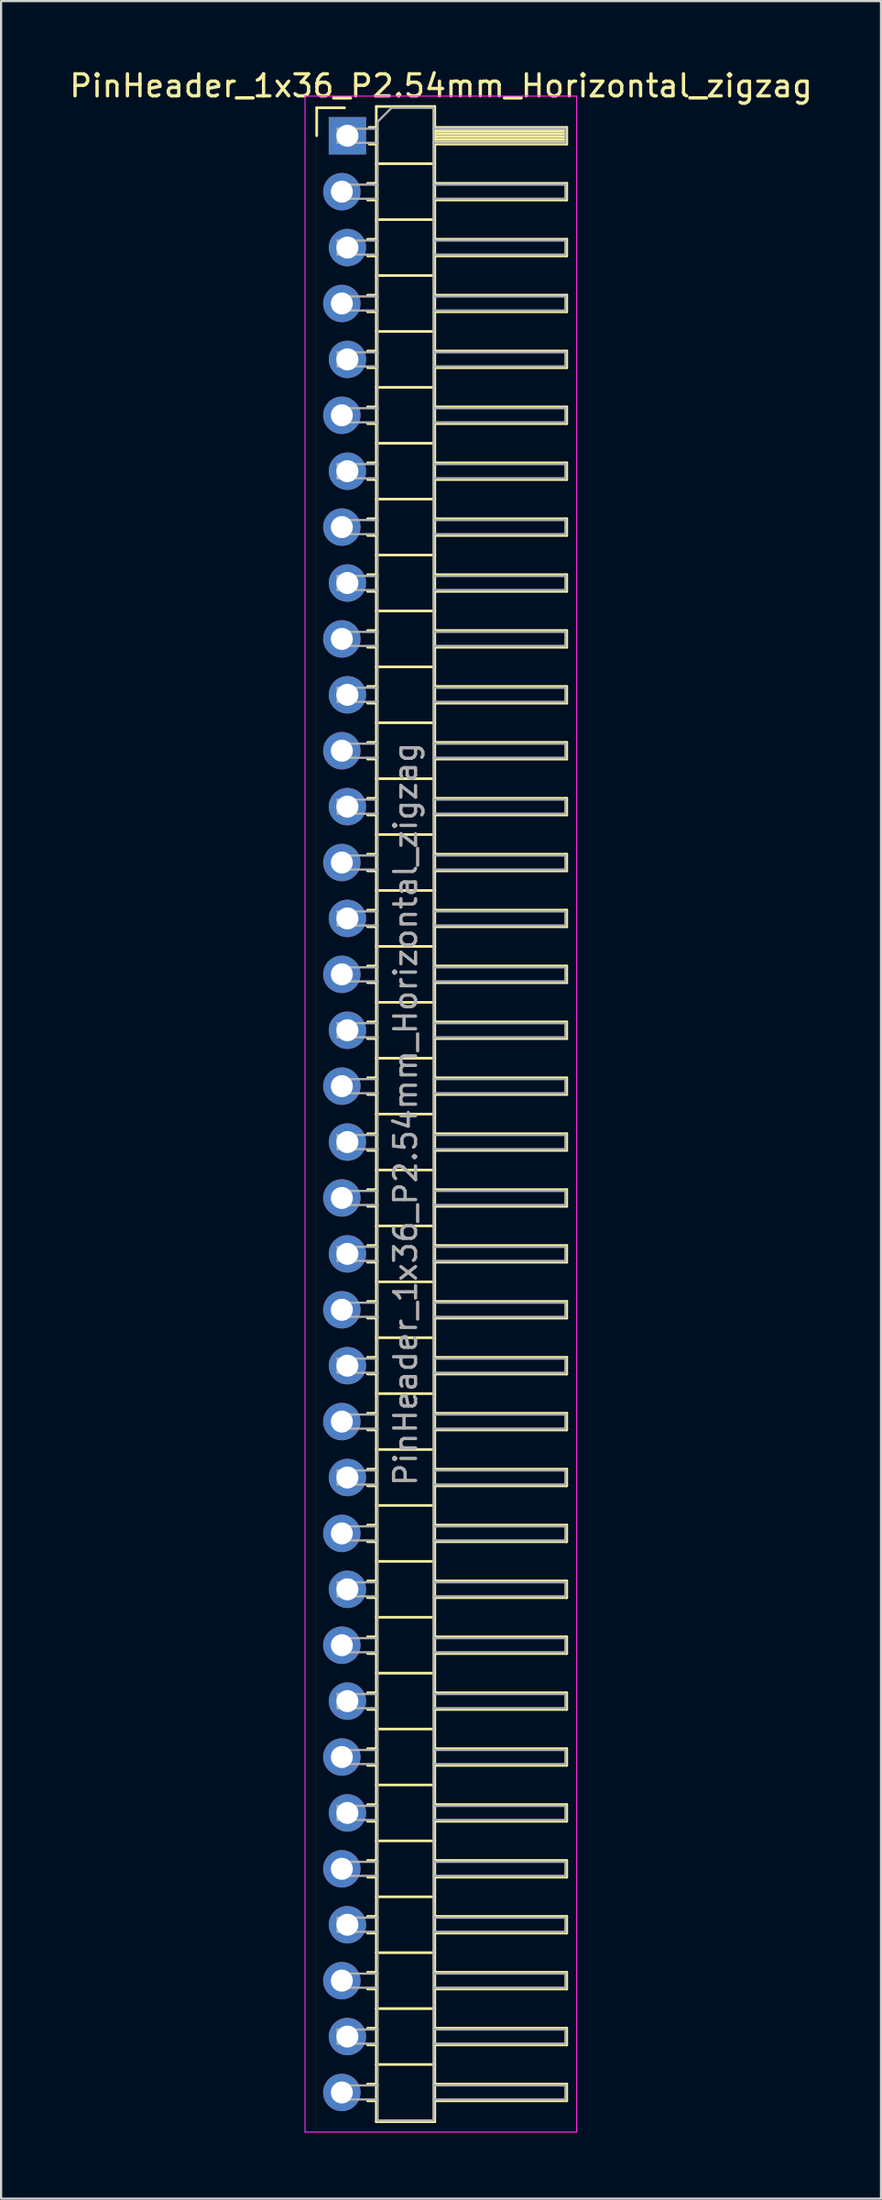
<source format=kicad_pcb>
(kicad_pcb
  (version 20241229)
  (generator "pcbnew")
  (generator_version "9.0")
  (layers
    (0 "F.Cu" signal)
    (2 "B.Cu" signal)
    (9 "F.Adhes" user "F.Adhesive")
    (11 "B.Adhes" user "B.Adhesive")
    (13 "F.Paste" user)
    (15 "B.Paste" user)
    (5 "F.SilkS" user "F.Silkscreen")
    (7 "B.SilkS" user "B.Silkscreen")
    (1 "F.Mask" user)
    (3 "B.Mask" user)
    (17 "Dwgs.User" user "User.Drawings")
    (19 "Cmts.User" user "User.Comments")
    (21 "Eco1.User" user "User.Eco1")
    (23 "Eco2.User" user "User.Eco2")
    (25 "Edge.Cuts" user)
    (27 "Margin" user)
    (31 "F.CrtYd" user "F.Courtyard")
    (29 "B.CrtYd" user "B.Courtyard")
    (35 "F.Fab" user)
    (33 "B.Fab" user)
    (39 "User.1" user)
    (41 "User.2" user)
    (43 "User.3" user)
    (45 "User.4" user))
  (footprint "PinHeader_1x36_P2.54mm_Horizontal_zigzag"
    (layer "F.Cu")
    (at 12.621 3.118)
    (property "Reference" "PinHeader_1x36_P2.54mm_Horizontal_zigzag" (at 4.385 -2.27 0) (layer "F.SilkS") (effects (font (size 1 1) (thickness 0.15))))
    (attr through_hole)
    (fp_line (start -1.27 -1.27) (end 0 -1.27) (stroke (width 0.12) (type solid)) (layer "F.SilkS"))
    (fp_line (start -1.27 0) (end -1.27 -1.27) (stroke (width 0.12) (type solid)) (layer "F.SilkS"))
    (fp_line (start 1.043 2.16) (end 1.44 2.16) (stroke (width 0.12) (type solid)) (layer "F.SilkS"))
    (fp_line (start 1.043 2.92) (end 1.44 2.92) (stroke (width 0.12) (type solid)) (layer "F.SilkS"))
    (fp_line (start 1.043 4.7) (end 1.44 4.7) (stroke (width 0.12) (type solid)) (layer "F.SilkS"))
    (fp_line (start 1.043 5.46) (end 1.44 5.46) (stroke (width 0.12) (type solid)) (layer "F.SilkS"))
    (fp_line (start 1.043 7.24) (end 1.44 7.24) (stroke (width 0.12) (type solid)) (layer "F.SilkS"))
    (fp_line (start 1.043 8) (end 1.44 8) (stroke (width 0.12) (type solid)) (layer "F.SilkS"))
    (fp_line (start 1.043 9.78) (end 1.44 9.78) (stroke (width 0.12) (type solid)) (layer "F.SilkS"))
    (fp_line (start 1.043 10.54) (end 1.44 10.54) (stroke (width 0.12) (type solid)) (layer "F.SilkS"))
    (fp_line (start 1.043 12.32) (end 1.44 12.32) (stroke (width 0.12) (type solid)) (layer "F.SilkS"))
    (fp_line (start 1.043 13.08) (end 1.44 13.08) (stroke (width 0.12) (type solid)) (layer "F.SilkS"))
    (fp_line (start 1.043 14.86) (end 1.44 14.86) (stroke (width 0.12) (type solid)) (layer "F.SilkS"))
    (fp_line (start 1.043 15.62) (end 1.44 15.62) (stroke (width 0.12) (type solid)) (layer "F.SilkS"))
    (fp_line (start 1.043 17.4) (end 1.44 17.4) (stroke (width 0.12) (type solid)) (layer "F.SilkS"))
    (fp_line (start 1.043 18.16) (end 1.44 18.16) (stroke (width 0.12) (type solid)) (layer "F.SilkS"))
    (fp_line (start 1.043 19.94) (end 1.44 19.94) (stroke (width 0.12) (type solid)) (layer "F.SilkS"))
    (fp_line (start 1.043 20.7) (end 1.44 20.7) (stroke (width 0.12) (type solid)) (layer "F.SilkS"))
    (fp_line (start 1.043 22.48) (end 1.44 22.48) (stroke (width 0.12) (type solid)) (layer "F.SilkS"))
    (fp_line (start 1.043 23.24) (end 1.44 23.24) (stroke (width 0.12) (type solid)) (layer "F.SilkS"))
    (fp_line (start 1.043 25.02) (end 1.44 25.02) (stroke (width 0.12) (type solid)) (layer "F.SilkS"))
    (fp_line (start 1.043 25.78) (end 1.44 25.78) (stroke (width 0.12) (type solid)) (layer "F.SilkS"))
    (fp_line (start 1.043 27.56) (end 1.44 27.56) (stroke (width 0.12) (type solid)) (layer "F.SilkS"))
    (fp_line (start 1.043 28.32) (end 1.44 28.32) (stroke (width 0.12) (type solid)) (layer "F.SilkS"))
    (fp_line (start 1.043 30.1) (end 1.44 30.1) (stroke (width 0.12) (type solid)) (layer "F.SilkS"))
    (fp_line (start 1.043 30.86) (end 1.44 30.86) (stroke (width 0.12) (type solid)) (layer "F.SilkS"))
    (fp_line (start 1.043 32.64) (end 1.44 32.64) (stroke (width 0.12) (type solid)) (layer "F.SilkS"))
    (fp_line (start 1.043 33.4) (end 1.44 33.4) (stroke (width 0.12) (type solid)) (layer "F.SilkS"))
    (fp_line (start 1.043 35.18) (end 1.44 35.18) (stroke (width 0.12) (type solid)) (layer "F.SilkS"))
    (fp_line (start 1.043 35.94) (end 1.44 35.94) (stroke (width 0.12) (type solid)) (layer "F.SilkS"))
    (fp_line (start 1.043 37.72) (end 1.44 37.72) (stroke (width 0.12) (type solid)) (layer "F.SilkS"))
    (fp_line (start 1.043 38.48) (end 1.44 38.48) (stroke (width 0.12) (type solid)) (layer "F.SilkS"))
    (fp_line (start 1.043 40.26) (end 1.44 40.26) (stroke (width 0.12) (type solid)) (layer "F.SilkS"))
    (fp_line (start 1.043 41.02) (end 1.44 41.02) (stroke (width 0.12) (type solid)) (layer "F.SilkS"))
    (fp_line (start 1.043 42.8) (end 1.44 42.8) (stroke (width 0.12) (type solid)) (layer "F.SilkS"))
    (fp_line (start 1.043 43.56) (end 1.44 43.56) (stroke (width 0.12) (type solid)) (layer "F.SilkS"))
    (fp_line (start 1.043 45.34) (end 1.44 45.34) (stroke (width 0.12) (type solid)) (layer "F.SilkS"))
    (fp_line (start 1.043 46.1) (end 1.44 46.1) (stroke (width 0.12) (type solid)) (layer "F.SilkS"))
    (fp_line (start 1.043 47.88) (end 1.44 47.88) (stroke (width 0.12) (type solid)) (layer "F.SilkS"))
    (fp_line (start 1.043 48.64) (end 1.44 48.64) (stroke (width 0.12) (type solid)) (layer "F.SilkS"))
    (fp_line (start 1.043 50.42) (end 1.44 50.42) (stroke (width 0.12) (type solid)) (layer "F.SilkS"))
    (fp_line (start 1.043 51.18) (end 1.44 51.18) (stroke (width 0.12) (type solid)) (layer "F.SilkS"))
    (fp_line (start 1.043 52.96) (end 1.44 52.96) (stroke (width 0.12) (type solid)) (layer "F.SilkS"))
    (fp_line (start 1.043 53.72) (end 1.44 53.72) (stroke (width 0.12) (type solid)) (layer "F.SilkS"))
    (fp_line (start 1.043 55.5) (end 1.44 55.5) (stroke (width 0.12) (type solid)) (layer "F.SilkS"))
    (fp_line (start 1.043 56.26) (end 1.44 56.26) (stroke (width 0.12) (type solid)) (layer "F.SilkS"))
    (fp_line (start 1.043 58.04) (end 1.44 58.04) (stroke (width 0.12) (type solid)) (layer "F.SilkS"))
    (fp_line (start 1.043 58.8) (end 1.44 58.8) (stroke (width 0.12) (type solid)) (layer "F.SilkS"))
    (fp_line (start 1.043 60.58) (end 1.44 60.58) (stroke (width 0.12) (type solid)) (layer "F.SilkS"))
    (fp_line (start 1.043 61.34) (end 1.44 61.34) (stroke (width 0.12) (type solid)) (layer "F.SilkS"))
    (fp_line (start 1.043 63.12) (end 1.44 63.12) (stroke (width 0.12) (type solid)) (layer "F.SilkS"))
    (fp_line (start 1.043 63.88) (end 1.44 63.88) (stroke (width 0.12) (type solid)) (layer "F.SilkS"))
    (fp_line (start 1.043 65.66) (end 1.44 65.66) (stroke (width 0.12) (type solid)) (layer "F.SilkS"))
    (fp_line (start 1.043 66.42) (end 1.44 66.42) (stroke (width 0.12) (type solid)) (layer "F.SilkS"))
    (fp_line (start 1.043 68.2) (end 1.44 68.2) (stroke (width 0.12) (type solid)) (layer "F.SilkS"))
    (fp_line (start 1.043 68.96) (end 1.44 68.96) (stroke (width 0.12) (type solid)) (layer "F.SilkS"))
    (fp_line (start 1.043 70.74) (end 1.44 70.74) (stroke (width 0.12) (type solid)) (layer "F.SilkS"))
    (fp_line (start 1.043 71.5) (end 1.44 71.5) (stroke (width 0.12) (type solid)) (layer "F.SilkS"))
    (fp_line (start 1.043 73.28) (end 1.44 73.28) (stroke (width 0.12) (type solid)) (layer "F.SilkS"))
    (fp_line (start 1.043 74.04) (end 1.44 74.04) (stroke (width 0.12) (type solid)) (layer "F.SilkS"))
    (fp_line (start 1.043 75.82) (end 1.44 75.82) (stroke (width 0.12) (type solid)) (layer "F.SilkS"))
    (fp_line (start 1.043 76.58) (end 1.44 76.58) (stroke (width 0.12) (type solid)) (layer "F.SilkS"))
    (fp_line (start 1.043 78.36) (end 1.44 78.36) (stroke (width 0.12) (type solid)) (layer "F.SilkS"))
    (fp_line (start 1.043 79.12) (end 1.44 79.12) (stroke (width 0.12) (type solid)) (layer "F.SilkS"))
    (fp_line (start 1.043 80.9) (end 1.44 80.9) (stroke (width 0.12) (type solid)) (layer "F.SilkS"))
    (fp_line (start 1.043 81.66) (end 1.44 81.66) (stroke (width 0.12) (type solid)) (layer "F.SilkS"))
    (fp_line (start 1.043 83.44) (end 1.44 83.44) (stroke (width 0.12) (type solid)) (layer "F.SilkS"))
    (fp_line (start 1.043 84.2) (end 1.44 84.2) (stroke (width 0.12) (type solid)) (layer "F.SilkS"))
    (fp_line (start 1.043 85.98) (end 1.44 85.98) (stroke (width 0.12) (type solid)) (layer "F.SilkS"))
    (fp_line (start 1.043 86.74) (end 1.44 86.74) (stroke (width 0.12) (type solid)) (layer "F.SilkS"))
    (fp_line (start 1.043 88.52) (end 1.44 88.52) (stroke (width 0.12) (type solid)) (layer "F.SilkS"))
    (fp_line (start 1.043 89.28) (end 1.44 89.28) (stroke (width 0.12) (type solid)) (layer "F.SilkS"))
    (fp_line (start 1.11 -0.38) (end 1.44 -0.38) (stroke (width 0.12) (type solid)) (layer "F.SilkS"))
    (fp_line (start 1.11 0.38) (end 1.44 0.38) (stroke (width 0.12) (type solid)) (layer "F.SilkS"))
    (fp_line (start 1.44 -1.33) (end 1.44 90.23) (stroke (width 0.12) (type solid)) (layer "F.SilkS"))
    (fp_line (start 1.44 1.27) (end 4.1 1.27) (stroke (width 0.12) (type solid)) (layer "F.SilkS"))
    (fp_line (start 1.44 3.81) (end 4.1 3.81) (stroke (width 0.12) (type solid)) (layer "F.SilkS"))
    (fp_line (start 1.44 6.35) (end 4.1 6.35) (stroke (width 0.12) (type solid)) (layer "F.SilkS"))
    (fp_line (start 1.44 8.89) (end 4.1 8.89) (stroke (width 0.12) (type solid)) (layer "F.SilkS"))
    (fp_line (start 1.44 11.43) (end 4.1 11.43) (stroke (width 0.12) (type solid)) (layer "F.SilkS"))
    (fp_line (start 1.44 13.97) (end 4.1 13.97) (stroke (width 0.12) (type solid)) (layer "F.SilkS"))
    (fp_line (start 1.44 16.51) (end 4.1 16.51) (stroke (width 0.12) (type solid)) (layer "F.SilkS"))
    (fp_line (start 1.44 19.05) (end 4.1 19.05) (stroke (width 0.12) (type solid)) (layer "F.SilkS"))
    (fp_line (start 1.44 21.59) (end 4.1 21.59) (stroke (width 0.12) (type solid)) (layer "F.SilkS"))
    (fp_line (start 1.44 24.13) (end 4.1 24.13) (stroke (width 0.12) (type solid)) (layer "F.SilkS"))
    (fp_line (start 1.44 26.67) (end 4.1 26.67) (stroke (width 0.12) (type solid)) (layer "F.SilkS"))
    (fp_line (start 1.44 29.21) (end 4.1 29.21) (stroke (width 0.12) (type solid)) (layer "F.SilkS"))
    (fp_line (start 1.44 31.75) (end 4.1 31.75) (stroke (width 0.12) (type solid)) (layer "F.SilkS"))
    (fp_line (start 1.44 34.29) (end 4.1 34.29) (stroke (width 0.12) (type solid)) (layer "F.SilkS"))
    (fp_line (start 1.44 36.83) (end 4.1 36.83) (stroke (width 0.12) (type solid)) (layer "F.SilkS"))
    (fp_line (start 1.44 39.37) (end 4.1 39.37) (stroke (width 0.12) (type solid)) (layer "F.SilkS"))
    (fp_line (start 1.44 41.91) (end 4.1 41.91) (stroke (width 0.12) (type solid)) (layer "F.SilkS"))
    (fp_line (start 1.44 44.45) (end 4.1 44.45) (stroke (width 0.12) (type solid)) (layer "F.SilkS"))
    (fp_line (start 1.44 46.99) (end 4.1 46.99) (stroke (width 0.12) (type solid)) (layer "F.SilkS"))
    (fp_line (start 1.44 49.53) (end 4.1 49.53) (stroke (width 0.12) (type solid)) (layer "F.SilkS"))
    (fp_line (start 1.44 52.07) (end 4.1 52.07) (stroke (width 0.12) (type solid)) (layer "F.SilkS"))
    (fp_line (start 1.44 54.61) (end 4.1 54.61) (stroke (width 0.12) (type solid)) (layer "F.SilkS"))
    (fp_line (start 1.44 57.15) (end 4.1 57.15) (stroke (width 0.12) (type solid)) (layer "F.SilkS"))
    (fp_line (start 1.44 59.69) (end 4.1 59.69) (stroke (width 0.12) (type solid)) (layer "F.SilkS"))
    (fp_line (start 1.44 62.23) (end 4.1 62.23) (stroke (width 0.12) (type solid)) (layer "F.SilkS"))
    (fp_line (start 1.44 64.77) (end 4.1 64.77) (stroke (width 0.12) (type solid)) (layer "F.SilkS"))
    (fp_line (start 1.44 67.31) (end 4.1 67.31) (stroke (width 0.12) (type solid)) (layer "F.SilkS"))
    (fp_line (start 1.44 69.85) (end 4.1 69.85) (stroke (width 0.12) (type solid)) (layer "F.SilkS"))
    (fp_line (start 1.44 72.39) (end 4.1 72.39) (stroke (width 0.12) (type solid)) (layer "F.SilkS"))
    (fp_line (start 1.44 74.93) (end 4.1 74.93) (stroke (width 0.12) (type solid)) (layer "F.SilkS"))
    (fp_line (start 1.44 77.47) (end 4.1 77.47) (stroke (width 0.12) (type solid)) (layer "F.SilkS"))
    (fp_line (start 1.44 80.01) (end 4.1 80.01) (stroke (width 0.12) (type solid)) (layer "F.SilkS"))
    (fp_line (start 1.44 82.55) (end 4.1 82.55) (stroke (width 0.12) (type solid)) (layer "F.SilkS"))
    (fp_line (start 1.44 85.09) (end 4.1 85.09) (stroke (width 0.12) (type solid)) (layer "F.SilkS"))
    (fp_line (start 1.44 87.63) (end 4.1 87.63) (stroke (width 0.12) (type solid)) (layer "F.SilkS"))
    (fp_line (start 1.44 90.23) (end 4.1 90.23) (stroke (width 0.12) (type solid)) (layer "F.SilkS"))
    (fp_line (start 4.1 -1.33) (end 1.44 -1.33) (stroke (width 0.12) (type solid)) (layer "F.SilkS"))
    (fp_line (start 4.1 -0.38) (end 10.1 -0.38) (stroke (width 0.12) (type solid)) (layer "F.SilkS"))
    (fp_line (start 4.1 -0.32) (end 10.1 -0.32) (stroke (width 0.12) (type solid)) (layer "F.SilkS"))
    (fp_line (start 4.1 -0.2) (end 10.1 -0.2) (stroke (width 0.12) (type solid)) (layer "F.SilkS"))
    (fp_line (start 4.1 -0.08) (end 10.1 -0.08) (stroke (width 0.12) (type solid)) (layer "F.SilkS"))
    (fp_line (start 4.1 0.04) (end 10.1 0.04) (stroke (width 0.12) (type solid)) (layer "F.SilkS"))
    (fp_line (start 4.1 0.16) (end 10.1 0.16) (stroke (width 0.12) (type solid)) (layer "F.SilkS"))
    (fp_line (start 4.1 0.28) (end 10.1 0.28) (stroke (width 0.12) (type solid)) (layer "F.SilkS"))
    (fp_line (start 4.1 2.16) (end 10.1 2.16) (stroke (width 0.12) (type solid)) (layer "F.SilkS"))
    (fp_line (start 4.1 4.7) (end 10.1 4.7) (stroke (width 0.12) (type solid)) (layer "F.SilkS"))
    (fp_line (start 4.1 7.24) (end 10.1 7.24) (stroke (width 0.12) (type solid)) (layer "F.SilkS"))
    (fp_line (start 4.1 9.78) (end 10.1 9.78) (stroke (width 0.12) (type solid)) (layer "F.SilkS"))
    (fp_line (start 4.1 12.32) (end 10.1 12.32) (stroke (width 0.12) (type solid)) (layer "F.SilkS"))
    (fp_line (start 4.1 14.86) (end 10.1 14.86) (stroke (width 0.12) (type solid)) (layer "F.SilkS"))
    (fp_line (start 4.1 17.4) (end 10.1 17.4) (stroke (width 0.12) (type solid)) (layer "F.SilkS"))
    (fp_line (start 4.1 19.94) (end 10.1 19.94) (stroke (width 0.12) (type solid)) (layer "F.SilkS"))
    (fp_line (start 4.1 22.48) (end 10.1 22.48) (stroke (width 0.12) (type solid)) (layer "F.SilkS"))
    (fp_line (start 4.1 25.02) (end 10.1 25.02) (stroke (width 0.12) (type solid)) (layer "F.SilkS"))
    (fp_line (start 4.1 27.56) (end 10.1 27.56) (stroke (width 0.12) (type solid)) (layer "F.SilkS"))
    (fp_line (start 4.1 30.1) (end 10.1 30.1) (stroke (width 0.12) (type solid)) (layer "F.SilkS"))
    (fp_line (start 4.1 32.64) (end 10.1 32.64) (stroke (width 0.12) (type solid)) (layer "F.SilkS"))
    (fp_line (start 4.1 35.18) (end 10.1 35.18) (stroke (width 0.12) (type solid)) (layer "F.SilkS"))
    (fp_line (start 4.1 37.72) (end 10.1 37.72) (stroke (width 0.12) (type solid)) (layer "F.SilkS"))
    (fp_line (start 4.1 40.26) (end 10.1 40.26) (stroke (width 0.12) (type solid)) (layer "F.SilkS"))
    (fp_line (start 4.1 42.8) (end 10.1 42.8) (stroke (width 0.12) (type solid)) (layer "F.SilkS"))
    (fp_line (start 4.1 45.34) (end 10.1 45.34) (stroke (width 0.12) (type solid)) (layer "F.SilkS"))
    (fp_line (start 4.1 47.88) (end 10.1 47.88) (stroke (width 0.12) (type solid)) (layer "F.SilkS"))
    (fp_line (start 4.1 50.42) (end 10.1 50.42) (stroke (width 0.12) (type solid)) (layer "F.SilkS"))
    (fp_line (start 4.1 52.96) (end 10.1 52.96) (stroke (width 0.12) (type solid)) (layer "F.SilkS"))
    (fp_line (start 4.1 55.5) (end 10.1 55.5) (stroke (width 0.12) (type solid)) (layer "F.SilkS"))
    (fp_line (start 4.1 58.04) (end 10.1 58.04) (stroke (width 0.12) (type solid)) (layer "F.SilkS"))
    (fp_line (start 4.1 60.58) (end 10.1 60.58) (stroke (width 0.12) (type solid)) (layer "F.SilkS"))
    (fp_line (start 4.1 63.12) (end 10.1 63.12) (stroke (width 0.12) (type solid)) (layer "F.SilkS"))
    (fp_line (start 4.1 65.66) (end 10.1 65.66) (stroke (width 0.12) (type solid)) (layer "F.SilkS"))
    (fp_line (start 4.1 68.2) (end 10.1 68.2) (stroke (width 0.12) (type solid)) (layer "F.SilkS"))
    (fp_line (start 4.1 70.74) (end 10.1 70.74) (stroke (width 0.12) (type solid)) (layer "F.SilkS"))
    (fp_line (start 4.1 73.28) (end 10.1 73.28) (stroke (width 0.12) (type solid)) (layer "F.SilkS"))
    (fp_line (start 4.1 75.82) (end 10.1 75.82) (stroke (width 0.12) (type solid)) (layer "F.SilkS"))
    (fp_line (start 4.1 78.36) (end 10.1 78.36) (stroke (width 0.12) (type solid)) (layer "F.SilkS"))
    (fp_line (start 4.1 80.9) (end 10.1 80.9) (stroke (width 0.12) (type solid)) (layer "F.SilkS"))
    (fp_line (start 4.1 83.44) (end 10.1 83.44) (stroke (width 0.12) (type solid)) (layer "F.SilkS"))
    (fp_line (start 4.1 85.98) (end 10.1 85.98) (stroke (width 0.12) (type solid)) (layer "F.SilkS"))
    (fp_line (start 4.1 88.52) (end 10.1 88.52) (stroke (width 0.12) (type solid)) (layer "F.SilkS"))
    (fp_line (start 4.1 90.23) (end 4.1 -1.33) (stroke (width 0.12) (type solid)) (layer "F.SilkS"))
    (fp_line (start 10.1 -0.38) (end 10.1 0.38) (stroke (width 0.12) (type solid)) (layer "F.SilkS"))
    (fp_line (start 10.1 0.38) (end 4.1 0.38) (stroke (width 0.12) (type solid)) (layer "F.SilkS"))
    (fp_line (start 10.1 2.16) (end 10.1 2.92) (stroke (width 0.12) (type solid)) (layer "F.SilkS"))
    (fp_line (start 10.1 2.92) (end 4.1 2.92) (stroke (width 0.12) (type solid)) (layer "F.SilkS"))
    (fp_line (start 10.1 4.7) (end 10.1 5.46) (stroke (width 0.12) (type solid)) (layer "F.SilkS"))
    (fp_line (start 10.1 5.46) (end 4.1 5.46) (stroke (width 0.12) (type solid)) (layer "F.SilkS"))
    (fp_line (start 10.1 7.24) (end 10.1 8) (stroke (width 0.12) (type solid)) (layer "F.SilkS"))
    (fp_line (start 10.1 8) (end 4.1 8) (stroke (width 0.12) (type solid)) (layer "F.SilkS"))
    (fp_line (start 10.1 9.78) (end 10.1 10.54) (stroke (width 0.12) (type solid)) (layer "F.SilkS"))
    (fp_line (start 10.1 10.54) (end 4.1 10.54) (stroke (width 0.12) (type solid)) (layer "F.SilkS"))
    (fp_line (start 10.1 12.32) (end 10.1 13.08) (stroke (width 0.12) (type solid)) (layer "F.SilkS"))
    (fp_line (start 10.1 13.08) (end 4.1 13.08) (stroke (width 0.12) (type solid)) (layer "F.SilkS"))
    (fp_line (start 10.1 14.86) (end 10.1 15.62) (stroke (width 0.12) (type solid)) (layer "F.SilkS"))
    (fp_line (start 10.1 15.62) (end 4.1 15.62) (stroke (width 0.12) (type solid)) (layer "F.SilkS"))
    (fp_line (start 10.1 17.4) (end 10.1 18.16) (stroke (width 0.12) (type solid)) (layer "F.SilkS"))
    (fp_line (start 10.1 18.16) (end 4.1 18.16) (stroke (width 0.12) (type solid)) (layer "F.SilkS"))
    (fp_line (start 10.1 19.94) (end 10.1 20.7) (stroke (width 0.12) (type solid)) (layer "F.SilkS"))
    (fp_line (start 10.1 20.7) (end 4.1 20.7) (stroke (width 0.12) (type solid)) (layer "F.SilkS"))
    (fp_line (start 10.1 22.48) (end 10.1 23.24) (stroke (width 0.12) (type solid)) (layer "F.SilkS"))
    (fp_line (start 10.1 23.24) (end 4.1 23.24) (stroke (width 0.12) (type solid)) (layer "F.SilkS"))
    (fp_line (start 10.1 25.02) (end 10.1 25.78) (stroke (width 0.12) (type solid)) (layer "F.SilkS"))
    (fp_line (start 10.1 25.78) (end 4.1 25.78) (stroke (width 0.12) (type solid)) (layer "F.SilkS"))
    (fp_line (start 10.1 27.56) (end 10.1 28.32) (stroke (width 0.12) (type solid)) (layer "F.SilkS"))
    (fp_line (start 10.1 28.32) (end 4.1 28.32) (stroke (width 0.12) (type solid)) (layer "F.SilkS"))
    (fp_line (start 10.1 30.1) (end 10.1 30.86) (stroke (width 0.12) (type solid)) (layer "F.SilkS"))
    (fp_line (start 10.1 30.86) (end 4.1 30.86) (stroke (width 0.12) (type solid)) (layer "F.SilkS"))
    (fp_line (start 10.1 32.64) (end 10.1 33.4) (stroke (width 0.12) (type solid)) (layer "F.SilkS"))
    (fp_line (start 10.1 33.4) (end 4.1 33.4) (stroke (width 0.12) (type solid)) (layer "F.SilkS"))
    (fp_line (start 10.1 35.18) (end 10.1 35.94) (stroke (width 0.12) (type solid)) (layer "F.SilkS"))
    (fp_line (start 10.1 35.94) (end 4.1 35.94) (stroke (width 0.12) (type solid)) (layer "F.SilkS"))
    (fp_line (start 10.1 37.72) (end 10.1 38.48) (stroke (width 0.12) (type solid)) (layer "F.SilkS"))
    (fp_line (start 10.1 38.48) (end 4.1 38.48) (stroke (width 0.12) (type solid)) (layer "F.SilkS"))
    (fp_line (start 10.1 40.26) (end 10.1 41.02) (stroke (width 0.12) (type solid)) (layer "F.SilkS"))
    (fp_line (start 10.1 41.02) (end 4.1 41.02) (stroke (width 0.12) (type solid)) (layer "F.SilkS"))
    (fp_line (start 10.1 42.8) (end 10.1 43.56) (stroke (width 0.12) (type solid)) (layer "F.SilkS"))
    (fp_line (start 10.1 43.56) (end 4.1 43.56) (stroke (width 0.12) (type solid)) (layer "F.SilkS"))
    (fp_line (start 10.1 45.34) (end 10.1 46.1) (stroke (width 0.12) (type solid)) (layer "F.SilkS"))
    (fp_line (start 10.1 46.1) (end 4.1 46.1) (stroke (width 0.12) (type solid)) (layer "F.SilkS"))
    (fp_line (start 10.1 47.88) (end 10.1 48.64) (stroke (width 0.12) (type solid)) (layer "F.SilkS"))
    (fp_line (start 10.1 48.64) (end 4.1 48.64) (stroke (width 0.12) (type solid)) (layer "F.SilkS"))
    (fp_line (start 10.1 50.42) (end 10.1 51.18) (stroke (width 0.12) (type solid)) (layer "F.SilkS"))
    (fp_line (start 10.1 51.18) (end 4.1 51.18) (stroke (width 0.12) (type solid)) (layer "F.SilkS"))
    (fp_line (start 10.1 52.96) (end 10.1 53.72) (stroke (width 0.12) (type solid)) (layer "F.SilkS"))
    (fp_line (start 10.1 53.72) (end 4.1 53.72) (stroke (width 0.12) (type solid)) (layer "F.SilkS"))
    (fp_line (start 10.1 55.5) (end 10.1 56.26) (stroke (width 0.12) (type solid)) (layer "F.SilkS"))
    (fp_line (start 10.1 56.26) (end 4.1 56.26) (stroke (width 0.12) (type solid)) (layer "F.SilkS"))
    (fp_line (start 10.1 58.04) (end 10.1 58.8) (stroke (width 0.12) (type solid)) (layer "F.SilkS"))
    (fp_line (start 10.1 58.8) (end 4.1 58.8) (stroke (width 0.12) (type solid)) (layer "F.SilkS"))
    (fp_line (start 10.1 60.58) (end 10.1 61.34) (stroke (width 0.12) (type solid)) (layer "F.SilkS"))
    (fp_line (start 10.1 61.34) (end 4.1 61.34) (stroke (width 0.12) (type solid)) (layer "F.SilkS"))
    (fp_line (start 10.1 63.12) (end 10.1 63.88) (stroke (width 0.12) (type solid)) (layer "F.SilkS"))
    (fp_line (start 10.1 63.88) (end 4.1 63.88) (stroke (width 0.12) (type solid)) (layer "F.SilkS"))
    (fp_line (start 10.1 65.66) (end 10.1 66.42) (stroke (width 0.12) (type solid)) (layer "F.SilkS"))
    (fp_line (start 10.1 66.42) (end 4.1 66.42) (stroke (width 0.12) (type solid)) (layer "F.SilkS"))
    (fp_line (start 10.1 68.2) (end 10.1 68.96) (stroke (width 0.12) (type solid)) (layer "F.SilkS"))
    (fp_line (start 10.1 68.96) (end 4.1 68.96) (stroke (width 0.12) (type solid)) (layer "F.SilkS"))
    (fp_line (start 10.1 70.74) (end 10.1 71.5) (stroke (width 0.12) (type solid)) (layer "F.SilkS"))
    (fp_line (start 10.1 71.5) (end 4.1 71.5) (stroke (width 0.12) (type solid)) (layer "F.SilkS"))
    (fp_line (start 10.1 73.28) (end 10.1 74.04) (stroke (width 0.12) (type solid)) (layer "F.SilkS"))
    (fp_line (start 10.1 74.04) (end 4.1 74.04) (stroke (width 0.12) (type solid)) (layer "F.SilkS"))
    (fp_line (start 10.1 75.82) (end 10.1 76.58) (stroke (width 0.12) (type solid)) (layer "F.SilkS"))
    (fp_line (start 10.1 76.58) (end 4.1 76.58) (stroke (width 0.12) (type solid)) (layer "F.SilkS"))
    (fp_line (start 10.1 78.36) (end 10.1 79.12) (stroke (width 0.12) (type solid)) (layer "F.SilkS"))
    (fp_line (start 10.1 79.12) (end 4.1 79.12) (stroke (width 0.12) (type solid)) (layer "F.SilkS"))
    (fp_line (start 10.1 80.9) (end 10.1 81.66) (stroke (width 0.12) (type solid)) (layer "F.SilkS"))
    (fp_line (start 10.1 81.66) (end 4.1 81.66) (stroke (width 0.12) (type solid)) (layer "F.SilkS"))
    (fp_line (start 10.1 83.44) (end 10.1 84.2) (stroke (width 0.12) (type solid)) (layer "F.SilkS"))
    (fp_line (start 10.1 84.2) (end 4.1 84.2) (stroke (width 0.12) (type solid)) (layer "F.SilkS"))
    (fp_line (start 10.1 85.98) (end 10.1 86.74) (stroke (width 0.12) (type solid)) (layer "F.SilkS"))
    (fp_line (start 10.1 86.74) (end 4.1 86.74) (stroke (width 0.12) (type solid)) (layer "F.SilkS"))
    (fp_line (start 10.1 88.52) (end 10.1 89.28) (stroke (width 0.12) (type solid)) (layer "F.SilkS"))
    (fp_line (start 10.1 89.28) (end 4.1 89.28) (stroke (width 0.12) (type solid)) (layer "F.SilkS"))
    (fp_line (start -1.8 -1.8) (end -1.8 90.7) (stroke (width 0.05) (type solid)) (layer "F.CrtYd"))
    (fp_line (start -1.8 90.7) (end 10.55 90.7) (stroke (width 0.05) (type solid)) (layer "F.CrtYd"))
    (fp_line (start 10.55 -1.8) (end -1.8 -1.8) (stroke (width 0.05) (type solid)) (layer "F.CrtYd"))
    (fp_line (start 10.55 90.7) (end 10.55 -1.8) (stroke (width 0.05) (type solid)) (layer "F.CrtYd"))
    (fp_line (start -0.32 -0.32) (end -0.32 0.32) (stroke (width 0.1) (type solid)) (layer "F.Fab"))
    (fp_line (start -0.32 -0.32) (end 1.5 -0.32) (stroke (width 0.1) (type solid)) (layer "F.Fab"))
    (fp_line (start -0.32 0.32) (end 1.5 0.32) (stroke (width 0.1) (type solid)) (layer "F.Fab"))
    (fp_line (start -0.32 2.22) (end -0.32 2.86) (stroke (width 0.1) (type solid)) (layer "F.Fab"))
    (fp_line (start -0.32 2.22) (end 1.5 2.22) (stroke (width 0.1) (type solid)) (layer "F.Fab"))
    (fp_line (start -0.32 2.86) (end 1.5 2.86) (stroke (width 0.1) (type solid)) (layer "F.Fab"))
    (fp_line (start -0.32 4.76) (end -0.32 5.4) (stroke (width 0.1) (type solid)) (layer "F.Fab"))
    (fp_line (start -0.32 4.76) (end 1.5 4.76) (stroke (width 0.1) (type solid)) (layer "F.Fab"))
    (fp_line (start -0.32 5.4) (end 1.5 5.4) (stroke (width 0.1) (type solid)) (layer "F.Fab"))
    (fp_line (start -0.32 7.3) (end -0.32 7.94) (stroke (width 0.1) (type solid)) (layer "F.Fab"))
    (fp_line (start -0.32 7.3) (end 1.5 7.3) (stroke (width 0.1) (type solid)) (layer "F.Fab"))
    (fp_line (start -0.32 7.94) (end 1.5 7.94) (stroke (width 0.1) (type solid)) (layer "F.Fab"))
    (fp_line (start -0.32 9.84) (end -0.32 10.48) (stroke (width 0.1) (type solid)) (layer "F.Fab"))
    (fp_line (start -0.32 9.84) (end 1.5 9.84) (stroke (width 0.1) (type solid)) (layer "F.Fab"))
    (fp_line (start -0.32 10.48) (end 1.5 10.48) (stroke (width 0.1) (type solid)) (layer "F.Fab"))
    (fp_line (start -0.32 12.38) (end -0.32 13.02) (stroke (width 0.1) (type solid)) (layer "F.Fab"))
    (fp_line (start -0.32 12.38) (end 1.5 12.38) (stroke (width 0.1) (type solid)) (layer "F.Fab"))
    (fp_line (start -0.32 13.02) (end 1.5 13.02) (stroke (width 0.1) (type solid)) (layer "F.Fab"))
    (fp_line (start -0.32 14.92) (end -0.32 15.56) (stroke (width 0.1) (type solid)) (layer "F.Fab"))
    (fp_line (start -0.32 14.92) (end 1.5 14.92) (stroke (width 0.1) (type solid)) (layer "F.Fab"))
    (fp_line (start -0.32 15.56) (end 1.5 15.56) (stroke (width 0.1) (type solid)) (layer "F.Fab"))
    (fp_line (start -0.32 17.46) (end -0.32 18.1) (stroke (width 0.1) (type solid)) (layer "F.Fab"))
    (fp_line (start -0.32 17.46) (end 1.5 17.46) (stroke (width 0.1) (type solid)) (layer "F.Fab"))
    (fp_line (start -0.32 18.1) (end 1.5 18.1) (stroke (width 0.1) (type solid)) (layer "F.Fab"))
    (fp_line (start -0.32 20) (end -0.32 20.64) (stroke (width 0.1) (type solid)) (layer "F.Fab"))
    (fp_line (start -0.32 20) (end 1.5 20) (stroke (width 0.1) (type solid)) (layer "F.Fab"))
    (fp_line (start -0.32 20.64) (end 1.5 20.64) (stroke (width 0.1) (type solid)) (layer "F.Fab"))
    (fp_line (start -0.32 22.54) (end -0.32 23.18) (stroke (width 0.1) (type solid)) (layer "F.Fab"))
    (fp_line (start -0.32 22.54) (end 1.5 22.54) (stroke (width 0.1) (type solid)) (layer "F.Fab"))
    (fp_line (start -0.32 23.18) (end 1.5 23.18) (stroke (width 0.1) (type solid)) (layer "F.Fab"))
    (fp_line (start -0.32 25.08) (end -0.32 25.72) (stroke (width 0.1) (type solid)) (layer "F.Fab"))
    (fp_line (start -0.32 25.08) (end 1.5 25.08) (stroke (width 0.1) (type solid)) (layer "F.Fab"))
    (fp_line (start -0.32 25.72) (end 1.5 25.72) (stroke (width 0.1) (type solid)) (layer "F.Fab"))
    (fp_line (start -0.32 27.62) (end -0.32 28.26) (stroke (width 0.1) (type solid)) (layer "F.Fab"))
    (fp_line (start -0.32 27.62) (end 1.5 27.62) (stroke (width 0.1) (type solid)) (layer "F.Fab"))
    (fp_line (start -0.32 28.26) (end 1.5 28.26) (stroke (width 0.1) (type solid)) (layer "F.Fab"))
    (fp_line (start -0.32 30.16) (end -0.32 30.8) (stroke (width 0.1) (type solid)) (layer "F.Fab"))
    (fp_line (start -0.32 30.16) (end 1.5 30.16) (stroke (width 0.1) (type solid)) (layer "F.Fab"))
    (fp_line (start -0.32 30.8) (end 1.5 30.8) (stroke (width 0.1) (type solid)) (layer "F.Fab"))
    (fp_line (start -0.32 32.7) (end -0.32 33.34) (stroke (width 0.1) (type solid)) (layer "F.Fab"))
    (fp_line (start -0.32 32.7) (end 1.5 32.7) (stroke (width 0.1) (type solid)) (layer "F.Fab"))
    (fp_line (start -0.32 33.34) (end 1.5 33.34) (stroke (width 0.1) (type solid)) (layer "F.Fab"))
    (fp_line (start -0.32 35.24) (end -0.32 35.88) (stroke (width 0.1) (type solid)) (layer "F.Fab"))
    (fp_line (start -0.32 35.24) (end 1.5 35.24) (stroke (width 0.1) (type solid)) (layer "F.Fab"))
    (fp_line (start -0.32 35.88) (end 1.5 35.88) (stroke (width 0.1) (type solid)) (layer "F.Fab"))
    (fp_line (start -0.32 37.78) (end -0.32 38.42) (stroke (width 0.1) (type solid)) (layer "F.Fab"))
    (fp_line (start -0.32 37.78) (end 1.5 37.78) (stroke (width 0.1) (type solid)) (layer "F.Fab"))
    (fp_line (start -0.32 38.42) (end 1.5 38.42) (stroke (width 0.1) (type solid)) (layer "F.Fab"))
    (fp_line (start -0.32 40.32) (end -0.32 40.96) (stroke (width 0.1) (type solid)) (layer "F.Fab"))
    (fp_line (start -0.32 40.32) (end 1.5 40.32) (stroke (width 0.1) (type solid)) (layer "F.Fab"))
    (fp_line (start -0.32 40.96) (end 1.5 40.96) (stroke (width 0.1) (type solid)) (layer "F.Fab"))
    (fp_line (start -0.32 42.86) (end -0.32 43.5) (stroke (width 0.1) (type solid)) (layer "F.Fab"))
    (fp_line (start -0.32 42.86) (end 1.5 42.86) (stroke (width 0.1) (type solid)) (layer "F.Fab"))
    (fp_line (start -0.32 43.5) (end 1.5 43.5) (stroke (width 0.1) (type solid)) (layer "F.Fab"))
    (fp_line (start -0.32 45.4) (end -0.32 46.04) (stroke (width 0.1) (type solid)) (layer "F.Fab"))
    (fp_line (start -0.32 45.4) (end 1.5 45.4) (stroke (width 0.1) (type solid)) (layer "F.Fab"))
    (fp_line (start -0.32 46.04) (end 1.5 46.04) (stroke (width 0.1) (type solid)) (layer "F.Fab"))
    (fp_line (start -0.32 47.94) (end -0.32 48.58) (stroke (width 0.1) (type solid)) (layer "F.Fab"))
    (fp_line (start -0.32 47.94) (end 1.5 47.94) (stroke (width 0.1) (type solid)) (layer "F.Fab"))
    (fp_line (start -0.32 48.58) (end 1.5 48.58) (stroke (width 0.1) (type solid)) (layer "F.Fab"))
    (fp_line (start -0.32 50.48) (end -0.32 51.12) (stroke (width 0.1) (type solid)) (layer "F.Fab"))
    (fp_line (start -0.32 50.48) (end 1.5 50.48) (stroke (width 0.1) (type solid)) (layer "F.Fab"))
    (fp_line (start -0.32 51.12) (end 1.5 51.12) (stroke (width 0.1) (type solid)) (layer "F.Fab"))
    (fp_line (start -0.32 53.02) (end -0.32 53.66) (stroke (width 0.1) (type solid)) (layer "F.Fab"))
    (fp_line (start -0.32 53.02) (end 1.5 53.02) (stroke (width 0.1) (type solid)) (layer "F.Fab"))
    (fp_line (start -0.32 53.66) (end 1.5 53.66) (stroke (width 0.1) (type solid)) (layer "F.Fab"))
    (fp_line (start -0.32 55.56) (end -0.32 56.2) (stroke (width 0.1) (type solid)) (layer "F.Fab"))
    (fp_line (start -0.32 55.56) (end 1.5 55.56) (stroke (width 0.1) (type solid)) (layer "F.Fab"))
    (fp_line (start -0.32 56.2) (end 1.5 56.2) (stroke (width 0.1) (type solid)) (layer "F.Fab"))
    (fp_line (start -0.32 58.1) (end -0.32 58.74) (stroke (width 0.1) (type solid)) (layer "F.Fab"))
    (fp_line (start -0.32 58.1) (end 1.5 58.1) (stroke (width 0.1) (type solid)) (layer "F.Fab"))
    (fp_line (start -0.32 58.74) (end 1.5 58.74) (stroke (width 0.1) (type solid)) (layer "F.Fab"))
    (fp_line (start -0.32 60.64) (end -0.32 61.28) (stroke (width 0.1) (type solid)) (layer "F.Fab"))
    (fp_line (start -0.32 60.64) (end 1.5 60.64) (stroke (width 0.1) (type solid)) (layer "F.Fab"))
    (fp_line (start -0.32 61.28) (end 1.5 61.28) (stroke (width 0.1) (type solid)) (layer "F.Fab"))
    (fp_line (start -0.32 63.18) (end -0.32 63.82) (stroke (width 0.1) (type solid)) (layer "F.Fab"))
    (fp_line (start -0.32 63.18) (end 1.5 63.18) (stroke (width 0.1) (type solid)) (layer "F.Fab"))
    (fp_line (start -0.32 63.82) (end 1.5 63.82) (stroke (width 0.1) (type solid)) (layer "F.Fab"))
    (fp_line (start -0.32 65.72) (end -0.32 66.36) (stroke (width 0.1) (type solid)) (layer "F.Fab"))
    (fp_line (start -0.32 65.72) (end 1.5 65.72) (stroke (width 0.1) (type solid)) (layer "F.Fab"))
    (fp_line (start -0.32 66.36) (end 1.5 66.36) (stroke (width 0.1) (type solid)) (layer "F.Fab"))
    (fp_line (start -0.32 68.26) (end -0.32 68.9) (stroke (width 0.1) (type solid)) (layer "F.Fab"))
    (fp_line (start -0.32 68.26) (end 1.5 68.26) (stroke (width 0.1) (type solid)) (layer "F.Fab"))
    (fp_line (start -0.32 68.9) (end 1.5 68.9) (stroke (width 0.1) (type solid)) (layer "F.Fab"))
    (fp_line (start -0.32 70.8) (end -0.32 71.44) (stroke (width 0.1) (type solid)) (layer "F.Fab"))
    (fp_line (start -0.32 70.8) (end 1.5 70.8) (stroke (width 0.1) (type solid)) (layer "F.Fab"))
    (fp_line (start -0.32 71.44) (end 1.5 71.44) (stroke (width 0.1) (type solid)) (layer "F.Fab"))
    (fp_line (start -0.32 73.34) (end -0.32 73.98) (stroke (width 0.1) (type solid)) (layer "F.Fab"))
    (fp_line (start -0.32 73.34) (end 1.5 73.34) (stroke (width 0.1) (type solid)) (layer "F.Fab"))
    (fp_line (start -0.32 73.98) (end 1.5 73.98) (stroke (width 0.1) (type solid)) (layer "F.Fab"))
    (fp_line (start -0.32 75.88) (end -0.32 76.52) (stroke (width 0.1) (type solid)) (layer "F.Fab"))
    (fp_line (start -0.32 75.88) (end 1.5 75.88) (stroke (width 0.1) (type solid)) (layer "F.Fab"))
    (fp_line (start -0.32 76.52) (end 1.5 76.52) (stroke (width 0.1) (type solid)) (layer "F.Fab"))
    (fp_line (start -0.32 78.42) (end -0.32 79.06) (stroke (width 0.1) (type solid)) (layer "F.Fab"))
    (fp_line (start -0.32 78.42) (end 1.5 78.42) (stroke (width 0.1) (type solid)) (layer "F.Fab"))
    (fp_line (start -0.32 79.06) (end 1.5 79.06) (stroke (width 0.1) (type solid)) (layer "F.Fab"))
    (fp_line (start -0.32 80.96) (end -0.32 81.6) (stroke (width 0.1) (type solid)) (layer "F.Fab"))
    (fp_line (start -0.32 80.96) (end 1.5 80.96) (stroke (width 0.1) (type solid)) (layer "F.Fab"))
    (fp_line (start -0.32 81.6) (end 1.5 81.6) (stroke (width 0.1) (type solid)) (layer "F.Fab"))
    (fp_line (start -0.32 83.5) (end -0.32 84.14) (stroke (width 0.1) (type solid)) (layer "F.Fab"))
    (fp_line (start -0.32 83.5) (end 1.5 83.5) (stroke (width 0.1) (type solid)) (layer "F.Fab"))
    (fp_line (start -0.32 84.14) (end 1.5 84.14) (stroke (width 0.1) (type solid)) (layer "F.Fab"))
    (fp_line (start -0.32 86.04) (end -0.32 86.68) (stroke (width 0.1) (type solid)) (layer "F.Fab"))
    (fp_line (start -0.32 86.04) (end 1.5 86.04) (stroke (width 0.1) (type solid)) (layer "F.Fab"))
    (fp_line (start -0.32 86.68) (end 1.5 86.68) (stroke (width 0.1) (type solid)) (layer "F.Fab"))
    (fp_line (start -0.32 88.58) (end -0.32 89.22) (stroke (width 0.1) (type solid)) (layer "F.Fab"))
    (fp_line (start -0.32 88.58) (end 1.5 88.58) (stroke (width 0.1) (type solid)) (layer "F.Fab"))
    (fp_line (start -0.32 89.22) (end 1.5 89.22) (stroke (width 0.1) (type solid)) (layer "F.Fab"))
    (fp_line (start 1.5 -0.635) (end 2.135 -1.27) (stroke (width 0.1) (type solid)) (layer "F.Fab"))
    (fp_line (start 1.5 90.17) (end 1.5 -0.635) (stroke (width 0.1) (type solid)) (layer "F.Fab"))
    (fp_line (start 2.135 -1.27) (end 4.04 -1.27) (stroke (width 0.1) (type solid)) (layer "F.Fab"))
    (fp_line (start 4.04 -1.27) (end 4.04 90.17) (stroke (width 0.1) (type solid)) (layer "F.Fab"))
    (fp_line (start 4.04 -0.32) (end 10.04 -0.32) (stroke (width 0.1) (type solid)) (layer "F.Fab"))
    (fp_line (start 4.04 0.32) (end 10.04 0.32) (stroke (width 0.1) (type solid)) (layer "F.Fab"))
    (fp_line (start 4.04 2.22) (end 10.04 2.22) (stroke (width 0.1) (type solid)) (layer "F.Fab"))
    (fp_line (start 4.04 2.86) (end 10.04 2.86) (stroke (width 0.1) (type solid)) (layer "F.Fab"))
    (fp_line (start 4.04 4.76) (end 10.04 4.76) (stroke (width 0.1) (type solid)) (layer "F.Fab"))
    (fp_line (start 4.04 5.4) (end 10.04 5.4) (stroke (width 0.1) (type solid)) (layer "F.Fab"))
    (fp_line (start 4.04 7.3) (end 10.04 7.3) (stroke (width 0.1) (type solid)) (layer "F.Fab"))
    (fp_line (start 4.04 7.94) (end 10.04 7.94) (stroke (width 0.1) (type solid)) (layer "F.Fab"))
    (fp_line (start 4.04 9.84) (end 10.04 9.84) (stroke (width 0.1) (type solid)) (layer "F.Fab"))
    (fp_line (start 4.04 10.48) (end 10.04 10.48) (stroke (width 0.1) (type solid)) (layer "F.Fab"))
    (fp_line (start 4.04 12.38) (end 10.04 12.38) (stroke (width 0.1) (type solid)) (layer "F.Fab"))
    (fp_line (start 4.04 13.02) (end 10.04 13.02) (stroke (width 0.1) (type solid)) (layer "F.Fab"))
    (fp_line (start 4.04 14.92) (end 10.04 14.92) (stroke (width 0.1) (type solid)) (layer "F.Fab"))
    (fp_line (start 4.04 15.56) (end 10.04 15.56) (stroke (width 0.1) (type solid)) (layer "F.Fab"))
    (fp_line (start 4.04 17.46) (end 10.04 17.46) (stroke (width 0.1) (type solid)) (layer "F.Fab"))
    (fp_line (start 4.04 18.1) (end 10.04 18.1) (stroke (width 0.1) (type solid)) (layer "F.Fab"))
    (fp_line (start 4.04 20) (end 10.04 20) (stroke (width 0.1) (type solid)) (layer "F.Fab"))
    (fp_line (start 4.04 20.64) (end 10.04 20.64) (stroke (width 0.1) (type solid)) (layer "F.Fab"))
    (fp_line (start 4.04 22.54) (end 10.04 22.54) (stroke (width 0.1) (type solid)) (layer "F.Fab"))
    (fp_line (start 4.04 23.18) (end 10.04 23.18) (stroke (width 0.1) (type solid)) (layer "F.Fab"))
    (fp_line (start 4.04 25.08) (end 10.04 25.08) (stroke (width 0.1) (type solid)) (layer "F.Fab"))
    (fp_line (start 4.04 25.72) (end 10.04 25.72) (stroke (width 0.1) (type solid)) (layer "F.Fab"))
    (fp_line (start 4.04 27.62) (end 10.04 27.62) (stroke (width 0.1) (type solid)) (layer "F.Fab"))
    (fp_line (start 4.04 28.26) (end 10.04 28.26) (stroke (width 0.1) (type solid)) (layer "F.Fab"))
    (fp_line (start 4.04 30.16) (end 10.04 30.16) (stroke (width 0.1) (type solid)) (layer "F.Fab"))
    (fp_line (start 4.04 30.8) (end 10.04 30.8) (stroke (width 0.1) (type solid)) (layer "F.Fab"))
    (fp_line (start 4.04 32.7) (end 10.04 32.7) (stroke (width 0.1) (type solid)) (layer "F.Fab"))
    (fp_line (start 4.04 33.34) (end 10.04 33.34) (stroke (width 0.1) (type solid)) (layer "F.Fab"))
    (fp_line (start 4.04 35.24) (end 10.04 35.24) (stroke (width 0.1) (type solid)) (layer "F.Fab"))
    (fp_line (start 4.04 35.88) (end 10.04 35.88) (stroke (width 0.1) (type solid)) (layer "F.Fab"))
    (fp_line (start 4.04 37.78) (end 10.04 37.78) (stroke (width 0.1) (type solid)) (layer "F.Fab"))
    (fp_line (start 4.04 38.42) (end 10.04 38.42) (stroke (width 0.1) (type solid)) (layer "F.Fab"))
    (fp_line (start 4.04 40.32) (end 10.04 40.32) (stroke (width 0.1) (type solid)) (layer "F.Fab"))
    (fp_line (start 4.04 40.96) (end 10.04 40.96) (stroke (width 0.1) (type solid)) (layer "F.Fab"))
    (fp_line (start 4.04 42.86) (end 10.04 42.86) (stroke (width 0.1) (type solid)) (layer "F.Fab"))
    (fp_line (start 4.04 43.5) (end 10.04 43.5) (stroke (width 0.1) (type solid)) (layer "F.Fab"))
    (fp_line (start 4.04 45.4) (end 10.04 45.4) (stroke (width 0.1) (type solid)) (layer "F.Fab"))
    (fp_line (start 4.04 46.04) (end 10.04 46.04) (stroke (width 0.1) (type solid)) (layer "F.Fab"))
    (fp_line (start 4.04 47.94) (end 10.04 47.94) (stroke (width 0.1) (type solid)) (layer "F.Fab"))
    (fp_line (start 4.04 48.58) (end 10.04 48.58) (stroke (width 0.1) (type solid)) (layer "F.Fab"))
    (fp_line (start 4.04 50.48) (end 10.04 50.48) (stroke (width 0.1) (type solid)) (layer "F.Fab"))
    (fp_line (start 4.04 51.12) (end 10.04 51.12) (stroke (width 0.1) (type solid)) (layer "F.Fab"))
    (fp_line (start 4.04 53.02) (end 10.04 53.02) (stroke (width 0.1) (type solid)) (layer "F.Fab"))
    (fp_line (start 4.04 53.66) (end 10.04 53.66) (stroke (width 0.1) (type solid)) (layer "F.Fab"))
    (fp_line (start 4.04 55.56) (end 10.04 55.56) (stroke (width 0.1) (type solid)) (layer "F.Fab"))
    (fp_line (start 4.04 56.2) (end 10.04 56.2) (stroke (width 0.1) (type solid)) (layer "F.Fab"))
    (fp_line (start 4.04 58.1) (end 10.04 58.1) (stroke (width 0.1) (type solid)) (layer "F.Fab"))
    (fp_line (start 4.04 58.74) (end 10.04 58.74) (stroke (width 0.1) (type solid)) (layer "F.Fab"))
    (fp_line (start 4.04 60.64) (end 10.04 60.64) (stroke (width 0.1) (type solid)) (layer "F.Fab"))
    (fp_line (start 4.04 61.28) (end 10.04 61.28) (stroke (width 0.1) (type solid)) (layer "F.Fab"))
    (fp_line (start 4.04 63.18) (end 10.04 63.18) (stroke (width 0.1) (type solid)) (layer "F.Fab"))
    (fp_line (start 4.04 63.82) (end 10.04 63.82) (stroke (width 0.1) (type solid)) (layer "F.Fab"))
    (fp_line (start 4.04 65.72) (end 10.04 65.72) (stroke (width 0.1) (type solid)) (layer "F.Fab"))
    (fp_line (start 4.04 66.36) (end 10.04 66.36) (stroke (width 0.1) (type solid)) (layer "F.Fab"))
    (fp_line (start 4.04 68.26) (end 10.04 68.26) (stroke (width 0.1) (type solid)) (layer "F.Fab"))
    (fp_line (start 4.04 68.9) (end 10.04 68.9) (stroke (width 0.1) (type solid)) (layer "F.Fab"))
    (fp_line (start 4.04 70.8) (end 10.04 70.8) (stroke (width 0.1) (type solid)) (layer "F.Fab"))
    (fp_line (start 4.04 71.44) (end 10.04 71.44) (stroke (width 0.1) (type solid)) (layer "F.Fab"))
    (fp_line (start 4.04 73.34) (end 10.04 73.34) (stroke (width 0.1) (type solid)) (layer "F.Fab"))
    (fp_line (start 4.04 73.98) (end 10.04 73.98) (stroke (width 0.1) (type solid)) (layer "F.Fab"))
    (fp_line (start 4.04 75.88) (end 10.04 75.88) (stroke (width 0.1) (type solid)) (layer "F.Fab"))
    (fp_line (start 4.04 76.52) (end 10.04 76.52) (stroke (width 0.1) (type solid)) (layer "F.Fab"))
    (fp_line (start 4.04 78.42) (end 10.04 78.42) (stroke (width 0.1) (type solid)) (layer "F.Fab"))
    (fp_line (start 4.04 79.06) (end 10.04 79.06) (stroke (width 0.1) (type solid)) (layer "F.Fab"))
    (fp_line (start 4.04 80.96) (end 10.04 80.96) (stroke (width 0.1) (type solid)) (layer "F.Fab"))
    (fp_line (start 4.04 81.6) (end 10.04 81.6) (stroke (width 0.1) (type solid)) (layer "F.Fab"))
    (fp_line (start 4.04 83.5) (end 10.04 83.5) (stroke (width 0.1) (type solid)) (layer "F.Fab"))
    (fp_line (start 4.04 84.14) (end 10.04 84.14) (stroke (width 0.1) (type solid)) (layer "F.Fab"))
    (fp_line (start 4.04 86.04) (end 10.04 86.04) (stroke (width 0.1) (type solid)) (layer "F.Fab"))
    (fp_line (start 4.04 86.68) (end 10.04 86.68) (stroke (width 0.1) (type solid)) (layer "F.Fab"))
    (fp_line (start 4.04 88.58) (end 10.04 88.58) (stroke (width 0.1) (type solid)) (layer "F.Fab"))
    (fp_line (start 4.04 89.22) (end 10.04 89.22) (stroke (width 0.1) (type solid)) (layer "F.Fab"))
    (fp_line (start 4.04 90.17) (end 1.5 90.17) (stroke (width 0.1) (type solid)) (layer "F.Fab"))
    (fp_line (start 10.04 -0.32) (end 10.04 0.32) (stroke (width 0.1) (type solid)) (layer "F.Fab"))
    (fp_line (start 10.04 2.22) (end 10.04 2.86) (stroke (width 0.1) (type solid)) (layer "F.Fab"))
    (fp_line (start 10.04 4.76) (end 10.04 5.4) (stroke (width 0.1) (type solid)) (layer "F.Fab"))
    (fp_line (start 10.04 7.3) (end 10.04 7.94) (stroke (width 0.1) (type solid)) (layer "F.Fab"))
    (fp_line (start 10.04 9.84) (end 10.04 10.48) (stroke (width 0.1) (type solid)) (layer "F.Fab"))
    (fp_line (start 10.04 12.38) (end 10.04 13.02) (stroke (width 0.1) (type solid)) (layer "F.Fab"))
    (fp_line (start 10.04 14.92) (end 10.04 15.56) (stroke (width 0.1) (type solid)) (layer "F.Fab"))
    (fp_line (start 10.04 17.46) (end 10.04 18.1) (stroke (width 0.1) (type solid)) (layer "F.Fab"))
    (fp_line (start 10.04 20) (end 10.04 20.64) (stroke (width 0.1) (type solid)) (layer "F.Fab"))
    (fp_line (start 10.04 22.54) (end 10.04 23.18) (stroke (width 0.1) (type solid)) (layer "F.Fab"))
    (fp_line (start 10.04 25.08) (end 10.04 25.72) (stroke (width 0.1) (type solid)) (layer "F.Fab"))
    (fp_line (start 10.04 27.62) (end 10.04 28.26) (stroke (width 0.1) (type solid)) (layer "F.Fab"))
    (fp_line (start 10.04 30.16) (end 10.04 30.8) (stroke (width 0.1) (type solid)) (layer "F.Fab"))
    (fp_line (start 10.04 32.7) (end 10.04 33.34) (stroke (width 0.1) (type solid)) (layer "F.Fab"))
    (fp_line (start 10.04 35.24) (end 10.04 35.88) (stroke (width 0.1) (type solid)) (layer "F.Fab"))
    (fp_line (start 10.04 37.78) (end 10.04 38.42) (stroke (width 0.1) (type solid)) (layer "F.Fab"))
    (fp_line (start 10.04 40.32) (end 10.04 40.96) (stroke (width 0.1) (type solid)) (layer "F.Fab"))
    (fp_line (start 10.04 42.86) (end 10.04 43.5) (stroke (width 0.1) (type solid)) (layer "F.Fab"))
    (fp_line (start 10.04 45.4) (end 10.04 46.04) (stroke (width 0.1) (type solid)) (layer "F.Fab"))
    (fp_line (start 10.04 47.94) (end 10.04 48.58) (stroke (width 0.1) (type solid)) (layer "F.Fab"))
    (fp_line (start 10.04 50.48) (end 10.04 51.12) (stroke (width 0.1) (type solid)) (layer "F.Fab"))
    (fp_line (start 10.04 53.02) (end 10.04 53.66) (stroke (width 0.1) (type solid)) (layer "F.Fab"))
    (fp_line (start 10.04 55.56) (end 10.04 56.2) (stroke (width 0.1) (type solid)) (layer "F.Fab"))
    (fp_line (start 10.04 58.1) (end 10.04 58.74) (stroke (width 0.1) (type solid)) (layer "F.Fab"))
    (fp_line (start 10.04 60.64) (end 10.04 61.28) (stroke (width 0.1) (type solid)) (layer "F.Fab"))
    (fp_line (start 10.04 63.18) (end 10.04 63.82) (stroke (width 0.1) (type solid)) (layer "F.Fab"))
    (fp_line (start 10.04 65.72) (end 10.04 66.36) (stroke (width 0.1) (type solid)) (layer "F.Fab"))
    (fp_line (start 10.04 68.26) (end 10.04 68.9) (stroke (width 0.1) (type solid)) (layer "F.Fab"))
    (fp_line (start 10.04 70.8) (end 10.04 71.44) (stroke (width 0.1) (type solid)) (layer "F.Fab"))
    (fp_line (start 10.04 73.34) (end 10.04 73.98) (stroke (width 0.1) (type solid)) (layer "F.Fab"))
    (fp_line (start 10.04 75.88) (end 10.04 76.52) (stroke (width 0.1) (type solid)) (layer "F.Fab"))
    (fp_line (start 10.04 78.42) (end 10.04 79.06) (stroke (width 0.1) (type solid)) (layer "F.Fab"))
    (fp_line (start 10.04 80.96) (end 10.04 81.6) (stroke (width 0.1) (type solid)) (layer "F.Fab"))
    (fp_line (start 10.04 83.5) (end 10.04 84.14) (stroke (width 0.1) (type solid)) (layer "F.Fab"))
    (fp_line (start 10.04 86.04) (end 10.04 86.68) (stroke (width 0.1) (type solid)) (layer "F.Fab"))
    (fp_line (start 10.04 88.58) (end 10.04 89.22) (stroke (width 0.1) (type solid)) (layer "F.Fab"))
    (fp_text user "${REFERENCE}" (at 2.77 44.45 90) (layer "F.Fab") (effects (font (size 1 1) (thickness 0.15))))
    (pad "1" thru_hole rect (at 0.127 0) (size 1.7 1.7) (drill 1) (layers "*.Cu" "*.Mask"))
    (pad "2" thru_hole oval (at -0.127 2.54) (size 1.7 1.7) (drill 1) (layers "*.Cu" "*.Mask"))
    (pad "3" thru_hole oval (at 0.127 5.08) (size 1.7 1.7) (drill 1) (layers "*.Cu" "*.Mask"))
    (pad "4" thru_hole oval (at -0.127 7.62) (size 1.7 1.7) (drill 1) (layers "*.Cu" "*.Mask"))
    (pad "5" thru_hole oval (at 0.127 10.16) (size 1.7 1.7) (drill 1) (layers "*.Cu" "*.Mask"))
    (pad "6" thru_hole oval (at -0.127 12.7) (size 1.7 1.7) (drill 1) (layers "*.Cu" "*.Mask"))
    (pad "7" thru_hole oval (at 0.127 15.24) (size 1.7 1.7) (drill 1) (layers "*.Cu" "*.Mask"))
    (pad "8" thru_hole oval (at -0.127 17.78) (size 1.7 1.7) (drill 1) (layers "*.Cu" "*.Mask"))
    (pad "9" thru_hole oval (at 0.127 20.32) (size 1.7 1.7) (drill 1) (layers "*.Cu" "*.Mask"))
    (pad "10" thru_hole oval (at -0.127 22.86) (size 1.7 1.7) (drill 1) (layers "*.Cu" "*.Mask"))
    (pad "11" thru_hole oval (at 0.127 25.4) (size 1.7 1.7) (drill 1) (layers "*.Cu" "*.Mask"))
    (pad "12" thru_hole oval (at -0.127 27.94) (size 1.7 1.7) (drill 1) (layers "*.Cu" "*.Mask"))
    (pad "13" thru_hole oval (at 0.127 30.48) (size 1.7 1.7) (drill 1) (layers "*.Cu" "*.Mask"))
    (pad "14" thru_hole oval (at -0.127 33.02) (size 1.7 1.7) (drill 1) (layers "*.Cu" "*.Mask"))
    (pad "15" thru_hole oval (at 0.127 35.56) (size 1.7 1.7) (drill 1) (layers "*.Cu" "*.Mask"))
    (pad "16" thru_hole oval (at -0.127 38.1) (size 1.7 1.7) (drill 1) (layers "*.Cu" "*.Mask"))
    (pad "17" thru_hole oval (at 0.127 40.64) (size 1.7 1.7) (drill 1) (layers "*.Cu" "*.Mask"))
    (pad "18" thru_hole oval (at -0.127 43.18) (size 1.7 1.7) (drill 1) (layers "*.Cu" "*.Mask"))
    (pad "19" thru_hole oval (at 0.127 45.72) (size 1.7 1.7) (drill 1) (layers "*.Cu" "*.Mask"))
    (pad "20" thru_hole oval (at -0.127 48.26) (size 1.7 1.7) (drill 1) (layers "*.Cu" "*.Mask"))
    (pad "21" thru_hole oval (at 0.127 50.8) (size 1.7 1.7) (drill 1) (layers "*.Cu" "*.Mask"))
    (pad "22" thru_hole oval (at -0.127 53.34) (size 1.7 1.7) (drill 1) (layers "*.Cu" "*.Mask"))
    (pad "23" thru_hole oval (at 0.127 55.88) (size 1.7 1.7) (drill 1) (layers "*.Cu" "*.Mask"))
    (pad "24" thru_hole oval (at -0.127 58.42) (size 1.7 1.7) (drill 1) (layers "*.Cu" "*.Mask"))
    (pad "25" thru_hole oval (at 0.127 60.96) (size 1.7 1.7) (drill 1) (layers "*.Cu" "*.Mask"))
    (pad "26" thru_hole oval (at -0.127 63.5) (size 1.7 1.7) (drill 1) (layers "*.Cu" "*.Mask"))
    (pad "27" thru_hole oval (at 0.127 66.04) (size 1.7 1.7) (drill 1) (layers "*.Cu" "*.Mask"))
    (pad "28" thru_hole oval (at -0.127 68.58) (size 1.7 1.7) (drill 1) (layers "*.Cu" "*.Mask"))
    (pad "29" thru_hole oval (at 0.127 71.12) (size 1.7 1.7) (drill 1) (layers "*.Cu" "*.Mask"))
    (pad "30" thru_hole oval (at -0.127 73.66) (size 1.7 1.7) (drill 1) (layers "*.Cu" "*.Mask"))
    (pad "31" thru_hole oval (at 0.127 76.2) (size 1.7 1.7) (drill 1) (layers "*.Cu" "*.Mask"))
    (pad "32" thru_hole oval (at -0.127 78.74) (size 1.7 1.7) (drill 1) (layers "*.Cu" "*.Mask"))
    (pad "33" thru_hole oval (at 0.127 81.28) (size 1.7 1.7) (drill 1) (layers "*.Cu" "*.Mask"))
    (pad "34" thru_hole oval (at -0.127 83.82) (size 1.7 1.7) (drill 1) (layers "*.Cu" "*.Mask"))
    (pad "35" thru_hole oval (at 0.127 86.36) (size 1.7 1.7) (drill 1) (layers "*.Cu" "*.Mask"))
    (pad "36" thru_hole oval (at -0.127 88.9) (size 1.7 1.7) (drill 1) (layers "*.Cu" "*.Mask")))
  (gr_rect
    (start -3 -3)
    (end 37.012 96.843)
    (stroke (width 0.1) (type default))
    (fill no)
    (layer "Edge.Cuts")))
</source>
